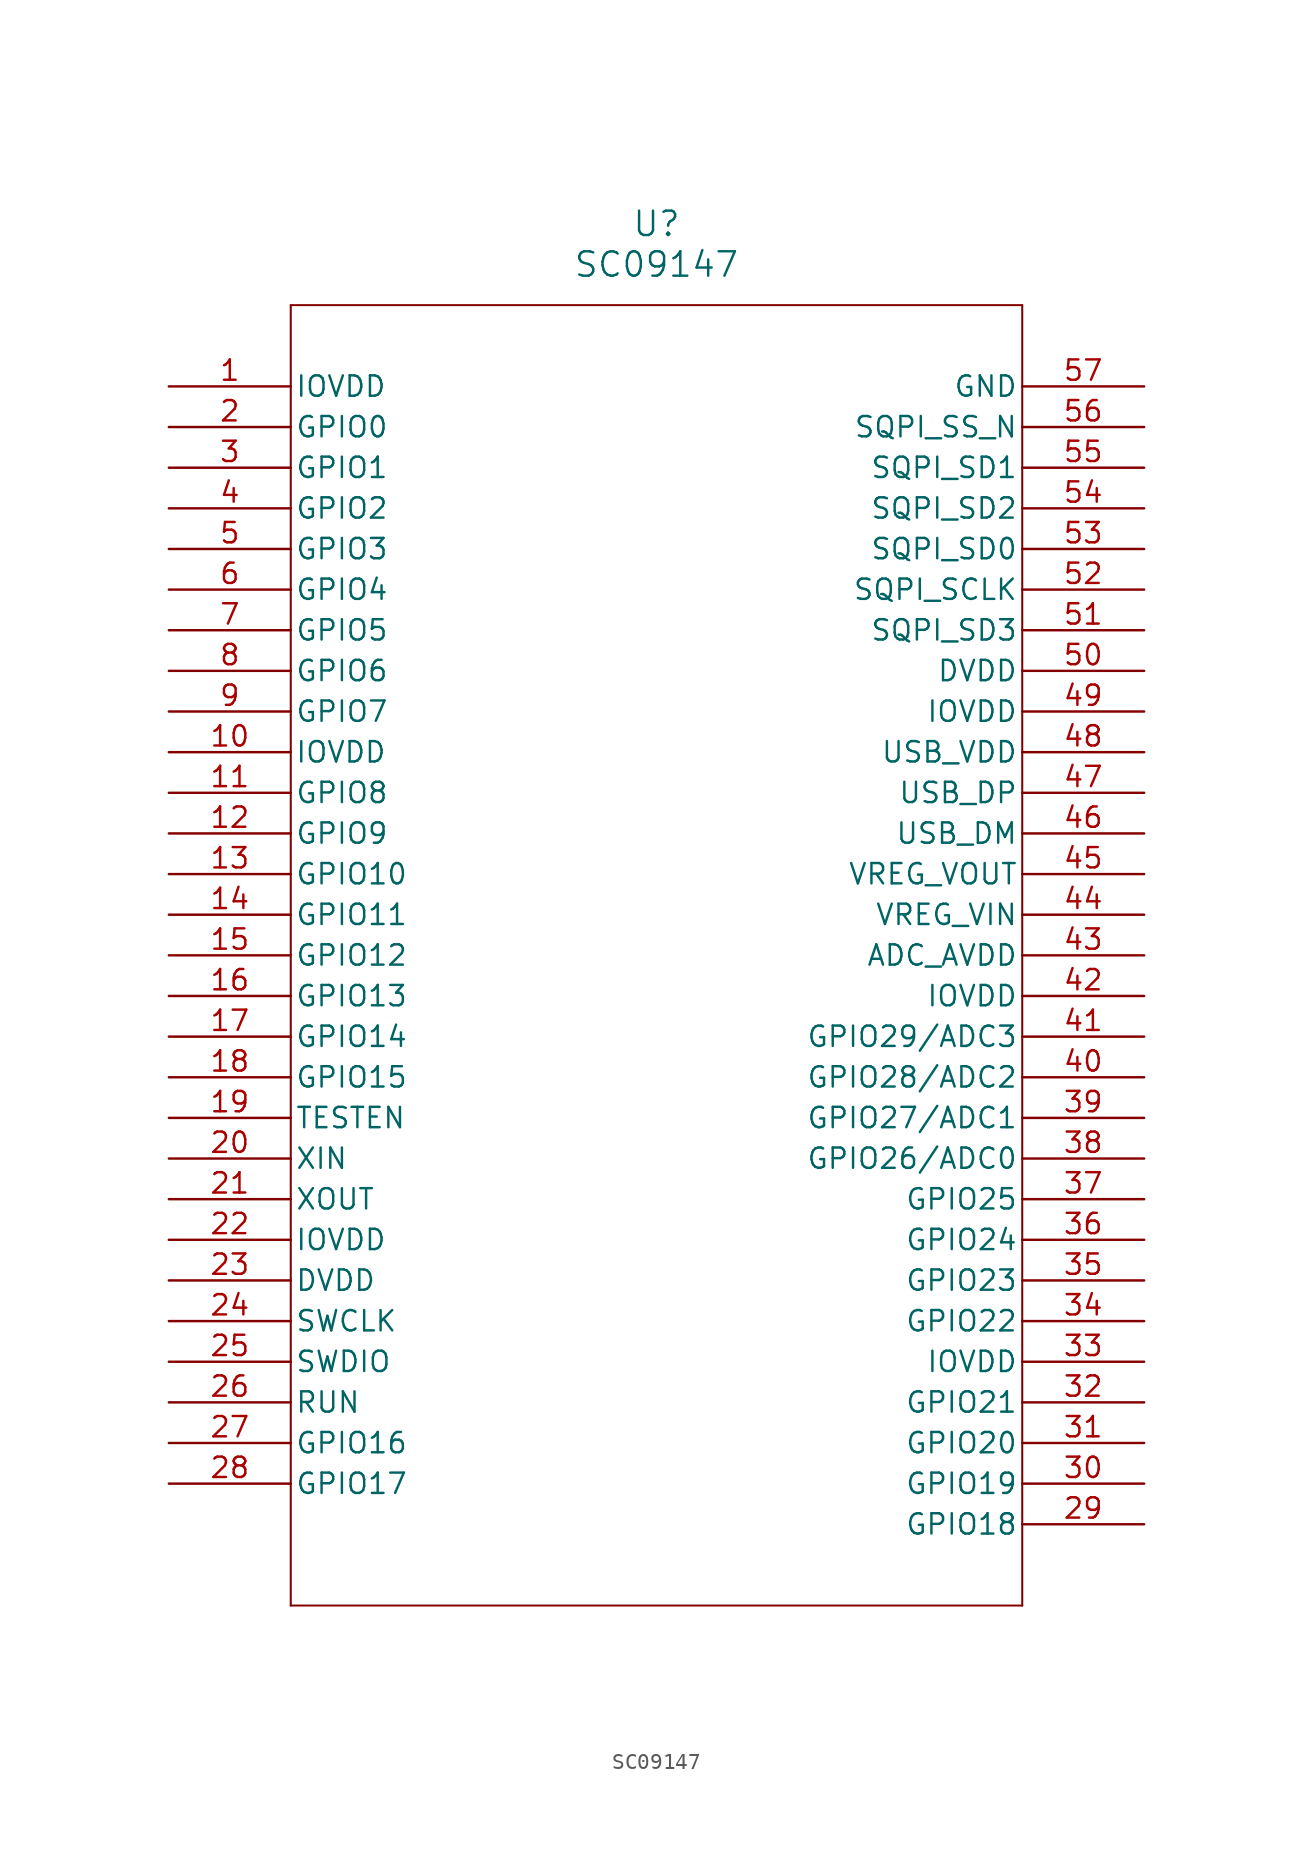
<source format=kicad_sym>
(kicad_symbol_lib
  (version 20211014)
  (generator kicad_symbol_editor)
  (symbol "SC09147"
    (pin_names
      (offset 0.254))
    (property "Reference" "U"
      (at 30.48 10.16 0)
      (effects (font (size 1.524 1.524))))
    (property "Value" "SC09147"
      (at 30.48 7.62 0)
      (effects (font (size 1.524 1.524))))
    (symbol "SC09147_0_1"
      (polyline (pts (xy 7.62 5.08) (xy 7.62 -76.2)) (stroke (width 0.127) (type default) (color 0 0 0 0)) (fill (type none)))
      (polyline (pts (xy 7.62 -76.2) (xy 53.34 -76.2)) (stroke (width 0.127) (type default) (color 0 0 0 0)) (fill (type none)))
      (polyline (pts (xy 53.34 -76.2) (xy 53.34 5.08)) (stroke (width 0.127) (type default) (color 0 0 0 0)) (fill (type none)))
      (polyline (pts (xy 53.34 5.08) (xy 7.62 5.08)) (stroke (width 0.127) (type default) (color 0 0 0 0)) (fill (type none)))
      (pin power_in line (at 0 0 0) (length 7.62) (name "IOVDD" (effects (font (size 1.27 1.27)))) (number "1" (effects (font (size 1.27 1.27)))))
      (pin bidirectional line (at 0 -2.54 0) (length 7.62) (name "GPIO0" (effects (font (size 1.27 1.27)))) (number "2" (effects (font (size 1.27 1.27)))))
      (pin bidirectional line (at 0 -5.08 0) (length 7.62) (name "GPIO1" (effects (font (size 1.27 1.27)))) (number "3" (effects (font (size 1.27 1.27)))))
      (pin bidirectional line (at 0 -7.62 0) (length 7.62) (name "GPIO2" (effects (font (size 1.27 1.27)))) (number "4" (effects (font (size 1.27 1.27)))))
      (pin bidirectional line (at 0 -10.16 0) (length 7.62) (name "GPIO3" (effects (font (size 1.27 1.27)))) (number "5" (effects (font (size 1.27 1.27)))))
      (pin bidirectional line (at 0 -12.7 0) (length 7.62) (name "GPIO4" (effects (font (size 1.27 1.27)))) (number "6" (effects (font (size 1.27 1.27)))))
      (pin bidirectional line (at 0 -15.24 0) (length 7.62) (name "GPIO5" (effects (font (size 1.27 1.27)))) (number "7" (effects (font (size 1.27 1.27)))))
      (pin bidirectional line (at 0 -17.78 0) (length 7.62) (name "GPIO6" (effects (font (size 1.27 1.27)))) (number "8" (effects (font (size 1.27 1.27)))))
      (pin bidirectional line (at 0 -20.32 0) (length 7.62) (name "GPIO7" (effects (font (size 1.27 1.27)))) (number "9" (effects (font (size 1.27 1.27)))))
      (pin power_in line (at 0 -22.86 0) (length 7.62) (name "IOVDD" (effects (font (size 1.27 1.27)))) (number "10" (effects (font (size 1.27 1.27)))))
      (pin bidirectional line (at 0 -25.4 0) (length 7.62) (name "GPIO8" (effects (font (size 1.27 1.27)))) (number "11" (effects (font (size 1.27 1.27)))))
      (pin bidirectional line (at 0 -27.94 0) (length 7.62) (name "GPIO9" (effects (font (size 1.27 1.27)))) (number "12" (effects (font (size 1.27 1.27)))))
      (pin bidirectional line (at 0 -30.48 0) (length 7.62) (name "GPIO10" (effects (font (size 1.27 1.27)))) (number "13" (effects (font (size 1.27 1.27)))))
      (pin bidirectional line (at 0 -33.02 0) (length 7.62) (name "GPIO11" (effects (font (size 1.27 1.27)))) (number "14" (effects (font (size 1.27 1.27)))))
      (pin bidirectional line (at 0 -35.56 0) (length 7.62) (name "GPIO12" (effects (font (size 1.27 1.27)))) (number "15" (effects (font (size 1.27 1.27)))))
      (pin bidirectional line (at 0 -38.1 0) (length 7.62) (name "GPIO13" (effects (font (size 1.27 1.27)))) (number "16" (effects (font (size 1.27 1.27)))))
      (pin bidirectional line (at 0 -40.64 0) (length 7.62) (name "GPIO14" (effects (font (size 1.27 1.27)))) (number "17" (effects (font (size 1.27 1.27)))))
      (pin bidirectional line (at 0 -43.18 0) (length 7.62) (name "GPIO15" (effects (font (size 1.27 1.27)))) (number "18" (effects (font (size 1.27 1.27)))))
      (pin input line (at 0 -45.72 0) (length 7.62) (name "TESTEN" (effects (font (size 1.27 1.27)))) (number "19" (effects (font (size 1.27 1.27)))))
      (pin input line (at 0 -48.26 0) (length 7.62) (name "XIN" (effects (font (size 1.27 1.27)))) (number "20" (effects (font (size 1.27 1.27)))))
      (pin output line (at 0 -50.8 0) (length 7.62) (name "XOUT" (effects (font (size 1.27 1.27)))) (number "21" (effects (font (size 1.27 1.27)))))
      (pin power_in line (at 0 -53.34 0) (length 7.62) (name "IOVDD" (effects (font (size 1.27 1.27)))) (number "22" (effects (font (size 1.27 1.27)))))
      (pin power_in line (at 0 -55.88 0) (length 7.62) (name "DVDD" (effects (font (size 1.27 1.27)))) (number "23" (effects (font (size 1.27 1.27)))))
      (pin input line (at 0 -58.42 0) (length 7.62) (name "SWCLK" (effects (font (size 1.27 1.27)))) (number "24" (effects (font (size 1.27 1.27)))))
      (pin bidirectional line (at 0 -60.96 0) (length 7.62) (name "SWDIO" (effects (font (size 1.27 1.27)))) (number "25" (effects (font (size 1.27 1.27)))))
      (pin input line (at 0 -63.5 0) (length 7.62) (name "RUN" (effects (font (size 1.27 1.27)))) (number "26" (effects (font (size 1.27 1.27)))))
      (pin bidirectional line (at 0 -66.04 0) (length 7.62) (name "GPIO16" (effects (font (size 1.27 1.27)))) (number "27" (effects (font (size 1.27 1.27)))))
      (pin bidirectional line (at 0 -68.58 0) (length 7.62) (name "GPIO17" (effects (font (size 1.27 1.27)))) (number "28" (effects (font (size 1.27 1.27)))))
      (pin bidirectional line (at 60.96 -71.12 180) (length 7.62) (name "GPIO18" (effects (font (size 1.27 1.27)))) (number "29" (effects (font (size 1.27 1.27)))))
      (pin bidirectional line (at 60.96 -68.58 180) (length 7.62) (name "GPIO19" (effects (font (size 1.27 1.27)))) (number "30" (effects (font (size 1.27 1.27)))))
      (pin bidirectional line (at 60.96 -66.04 180) (length 7.62) (name "GPIO20" (effects (font (size 1.27 1.27)))) (number "31" (effects (font (size 1.27 1.27)))))
      (pin bidirectional line (at 60.96 -63.5 180) (length 7.62) (name "GPIO21" (effects (font (size 1.27 1.27)))) (number "32" (effects (font (size 1.27 1.27)))))
      (pin power_in line (at 60.96 -60.96 180) (length 7.62) (name "IOVDD" (effects (font (size 1.27 1.27)))) (number "33" (effects (font (size 1.27 1.27)))))
      (pin bidirectional line (at 60.96 -58.42 180) (length 7.62) (name "GPIO22" (effects (font (size 1.27 1.27)))) (number "34" (effects (font (size 1.27 1.27)))))
      (pin bidirectional line (at 60.96 -55.88 180) (length 7.62) (name "GPIO23" (effects (font (size 1.27 1.27)))) (number "35" (effects (font (size 1.27 1.27)))))
      (pin bidirectional line (at 60.96 -53.34 180) (length 7.62) (name "GPIO24" (effects (font (size 1.27 1.27)))) (number "36" (effects (font (size 1.27 1.27)))))
      (pin bidirectional line (at 60.96 -50.8 180) (length 7.62) (name "GPIO25" (effects (font (size 1.27 1.27)))) (number "37" (effects (font (size 1.27 1.27)))))
      (pin bidirectional line (at 60.96 -48.26 180) (length 7.62) (name "GPIO26/ADC0" (effects (font (size 1.27 1.27)))) (number "38" (effects (font (size 1.27 1.27)))))
      (pin bidirectional line (at 60.96 -45.72 180) (length 7.62) (name "GPIO27/ADC1" (effects (font (size 1.27 1.27)))) (number "39" (effects (font (size 1.27 1.27)))))
      (pin bidirectional line (at 60.96 -43.18 180) (length 7.62) (name "GPIO28/ADC2" (effects (font (size 1.27 1.27)))) (number "40" (effects (font (size 1.27 1.27)))))
      (pin bidirectional line (at 60.96 -40.64 180) (length 7.62) (name "GPIO29/ADC3" (effects (font (size 1.27 1.27)))) (number "41" (effects (font (size 1.27 1.27)))))
      (pin power_in line (at 60.96 -38.1 180) (length 7.62) (name "IOVDD" (effects (font (size 1.27 1.27)))) (number "42" (effects (font (size 1.27 1.27)))))
      (pin power_in line (at 60.96 -35.56 180) (length 7.62) (name "ADC_AVDD" (effects (font (size 1.27 1.27)))) (number "43" (effects (font (size 1.27 1.27)))))
      (pin power_in line (at 60.96 -33.02 180) (length 7.62) (name "VREG_VIN" (effects (font (size 1.27 1.27)))) (number "44" (effects (font (size 1.27 1.27)))))
      (pin power_in line (at 60.96 -30.48 180) (length 7.62) (name "VREG_VOUT" (effects (font (size 1.27 1.27)))) (number "45" (effects (font (size 1.27 1.27)))))
      (pin bidirectional line (at 60.96 -27.94 180) (length 7.62) (name "USB_DM" (effects (font (size 1.27 1.27)))) (number "46" (effects (font (size 1.27 1.27)))))
      (pin bidirectional line (at 60.96 -25.4 180) (length 7.62) (name "USB_DP" (effects (font (size 1.27 1.27)))) (number "47" (effects (font (size 1.27 1.27)))))
      (pin power_in line (at 60.96 -22.86 180) (length 7.62) (name "USB_VDD" (effects (font (size 1.27 1.27)))) (number "48" (effects (font (size 1.27 1.27)))))
      (pin power_in line (at 60.96 -20.32 180) (length 7.62) (name "IOVDD" (effects (font (size 1.27 1.27)))) (number "49" (effects (font (size 1.27 1.27)))))
      (pin power_in line (at 60.96 -17.78 180) (length 7.62) (name "DVDD" (effects (font (size 1.27 1.27)))) (number "50" (effects (font (size 1.27 1.27)))))
      (pin bidirectional line (at 60.96 -15.24 180) (length 7.62) (name "SQPI_SD3" (effects (font (size 1.27 1.27)))) (number "51" (effects (font (size 1.27 1.27)))))
      (pin bidirectional line (at 60.96 -12.7 180) (length 7.62) (name "SQPI_SCLK" (effects (font (size 1.27 1.27)))) (number "52" (effects (font (size 1.27 1.27)))))
      (pin bidirectional line (at 60.96 -10.16 180) (length 7.62) (name "SQPI_SD0" (effects (font (size 1.27 1.27)))) (number "53" (effects (font (size 1.27 1.27)))))
      (pin bidirectional line (at 60.96 -7.62 180) (length 7.62) (name "SQPI_SD2" (effects (font (size 1.27 1.27)))) (number "54" (effects (font (size 1.27 1.27)))))
      (pin bidirectional line (at 60.96 -5.08 180) (length 7.62) (name "SQPI_SD1" (effects (font (size 1.27 1.27)))) (number "55" (effects (font (size 1.27 1.27)))))
      (pin bidirectional line (at 60.96 -2.54 180) (length 7.62) (name "SQPI_SS_N" (effects (font (size 1.27 1.27)))) (number "56" (effects (font (size 1.27 1.27)))))
      (pin power_out line (at 60.96 0 180) (length 7.62) (name "GND" (effects (font (size 1.27 1.27)))) (number "57" (effects (font (size 1.27 1.27))))))))
</source>
